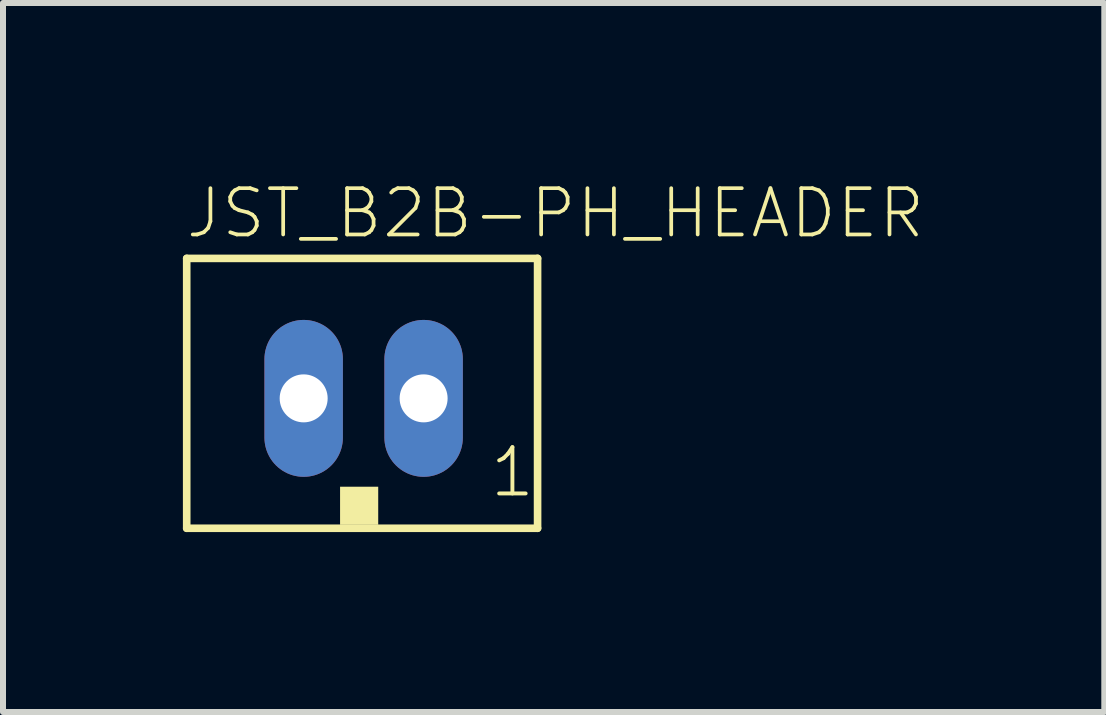
<source format=kicad_pcb>
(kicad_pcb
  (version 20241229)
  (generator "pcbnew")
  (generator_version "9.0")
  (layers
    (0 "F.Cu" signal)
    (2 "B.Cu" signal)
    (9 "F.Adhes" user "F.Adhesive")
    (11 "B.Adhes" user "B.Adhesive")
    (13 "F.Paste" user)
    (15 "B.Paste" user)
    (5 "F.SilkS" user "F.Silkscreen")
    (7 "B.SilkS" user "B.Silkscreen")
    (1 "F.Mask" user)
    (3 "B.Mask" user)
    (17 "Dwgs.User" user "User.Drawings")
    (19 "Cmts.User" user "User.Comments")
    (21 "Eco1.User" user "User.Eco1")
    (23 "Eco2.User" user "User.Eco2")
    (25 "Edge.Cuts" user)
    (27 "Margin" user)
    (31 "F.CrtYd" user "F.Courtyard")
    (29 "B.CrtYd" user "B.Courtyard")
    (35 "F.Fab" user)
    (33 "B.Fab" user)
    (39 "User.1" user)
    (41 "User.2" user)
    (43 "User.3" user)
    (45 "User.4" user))
  (footprint "JST_B2B-PH_HEADER"
    (layer "F.Cu")
    (at 2.938 3.64)
    (property "Reference" "JST_B2B-PH_HEADER" (at -2.925 -2.683 0) (layer "F.SilkS") (effects (font (size 0.772 0.772) (thickness 0.062)) (justify left bottom)))
    (attr through_hole)
    (fp_line (start -2.875 -2.382) (end 2.975 -2.382) (stroke (width 0.127) (type solid)) (layer "F.SilkS"))
    (fp_line (start -2.875 2.118) (end -2.875 -2.382) (stroke (width 0.127) (type solid)) (layer "F.SilkS"))
    (fp_line (start 2.975 -2.382) (end 2.975 2.118) (stroke (width 0.127) (type solid)) (layer "F.SilkS"))
    (fp_line (start 2.975 2.118) (end -2.875 2.118) (stroke (width 0.127) (type solid)) (layer "F.SilkS"))
    (fp_poly (pts (xy -0.318 2.06) (xy 0.318 2.06) (xy 0.318 1.425) (xy -0.318 1.425)) (stroke (width 0) (type solid)) (fill yes) (layer "F.SilkS"))
    (fp_text user "1" (at 2.145 1.635 0) (layer "F.SilkS") (effects (font (size 0.772 0.772) (thickness 0.065)) (justify left bottom)))
    (pad "P1" thru_hole oval (at 1.075 -0.048 90) (size 2.616 1.308) (drill 0.8) (layers "*.Cu" "*.Mask"))
    (pad "P2" thru_hole oval (at -0.925 -0.048 90) (size 2.616 1.308) (drill 0.8) (layers "*.Cu" "*.Mask")))
  (gr_rect
    (start -3 -3)
    (end 15.362 8.821)
    (stroke (width 0.1) (type default))
    (fill no)
    (layer "Edge.Cuts")))
</source>
